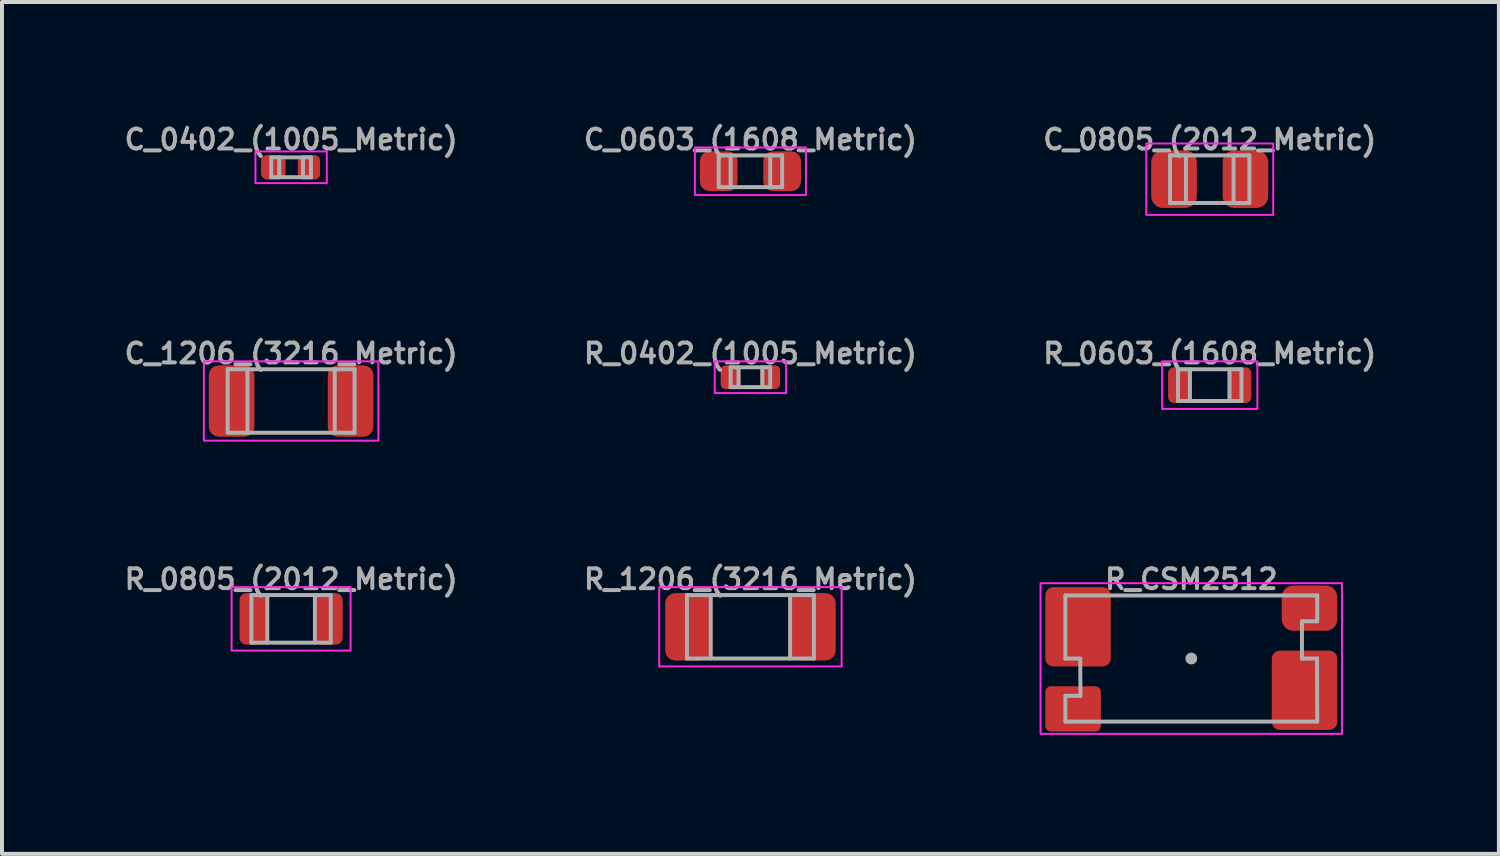
<source format=kicad_pcb>
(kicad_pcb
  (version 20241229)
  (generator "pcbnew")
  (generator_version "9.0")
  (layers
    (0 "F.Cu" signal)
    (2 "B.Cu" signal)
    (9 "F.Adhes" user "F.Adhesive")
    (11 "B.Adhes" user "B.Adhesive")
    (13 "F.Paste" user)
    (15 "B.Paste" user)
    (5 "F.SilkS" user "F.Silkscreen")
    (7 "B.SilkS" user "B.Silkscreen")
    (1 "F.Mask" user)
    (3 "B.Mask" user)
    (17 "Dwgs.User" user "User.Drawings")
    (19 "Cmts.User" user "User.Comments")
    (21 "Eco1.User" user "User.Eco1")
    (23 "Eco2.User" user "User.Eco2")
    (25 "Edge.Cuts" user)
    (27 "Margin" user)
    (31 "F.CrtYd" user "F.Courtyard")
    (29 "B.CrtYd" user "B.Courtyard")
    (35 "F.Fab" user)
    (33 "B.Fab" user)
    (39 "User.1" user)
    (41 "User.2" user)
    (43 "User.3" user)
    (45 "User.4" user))
  (footprint "R_1206_(3216_Metric)"
    (layer "F.Cu")
    (at 15.871 12.754)
    (property "Reference" "R_1206_(3216_Metric)" (at 0 -1.2 0) (layer "F.Fab") (effects (font (size 0.5 0.5) (thickness 0.1) (bold yes))))
    (attr smd)
    (fp_rect (start -2.3 -1) (end 2.3 1) (stroke (width 0.05) (type solid)) (fill no) (layer "F.CrtYd"))
    (fp_line (start -1.6 -0.8) (end 1.6 -0.8) (stroke (width 0.1) (type solid)) (layer "F.Fab"))
    (fp_line (start -1.6 0.8) (end -1.6 -0.8) (stroke (width 0.1) (type solid)) (layer "F.Fab"))
    (fp_line (start -1 0.8) (end -1 -0.8) (stroke (width 0.1) (type solid)) (layer "F.Fab"))
    (fp_line (start 1 0.8) (end 1 -0.8) (stroke (width 0.1) (type solid)) (layer "F.Fab"))
    (fp_line (start 1.6 -0.8) (end 1.6 0.8) (stroke (width 0.1) (type solid)) (layer "F.Fab"))
    (fp_line (start 1.6 0.8) (end -1.6 0.8) (stroke (width 0.1) (type solid)) (layer "F.Fab"))
    (pad "1" smd roundrect (at -1.575 0) (size 1.15 1.7) (layers "F.Cu" "F.Mask" "F.Paste") (roundrect_rratio 0.222))
    (pad "2" smd roundrect (at 1.575 0) (size 1.15 1.7) (layers "F.Cu" "F.Mask" "F.Paste") (roundrect_rratio 0.222)))
  (footprint "R_0805_(2012_Metric)"
    (layer "F.Cu")
    (at 4.29 12.554)
    (property "Reference" "R_0805_(2012_Metric)" (at 0 -1 0) (layer "F.Fab") (effects (font (size 0.5 0.5) (thickness 0.1))))
    (attr smd)
    (fp_rect (start -1.5 -0.8) (end 1.5 0.8) (stroke (width 0.05) (type solid)) (fill no) (layer "F.CrtYd"))
    (fp_line (start -1 -0.6) (end 1 -0.6) (stroke (width 0.1) (type solid)) (layer "F.Fab"))
    (fp_line (start -1 0.6) (end -1 -0.6) (stroke (width 0.1) (type solid)) (layer "F.Fab"))
    (fp_line (start -0.6 0.6) (end -0.6 -0.6) (stroke (width 0.1) (type solid)) (layer "F.Fab"))
    (fp_line (start 0.6 0.6) (end 0.6 -0.6) (stroke (width 0.1) (type solid)) (layer "F.Fab"))
    (fp_line (start 1 -0.6) (end 1 0.6) (stroke (width 0.1) (type solid)) (layer "F.Fab"))
    (fp_line (start 1 0.6) (end -1 0.6) (stroke (width 0.1) (type solid)) (layer "F.Fab"))
    (pad "1" smd roundrect (at -0.95 0) (size 0.7 1.3) (layers "F.Cu" "F.Mask" "F.Paste") (roundrect_rratio 0.244))
    (pad "2" smd roundrect (at 0.95 0) (size 0.7 1.3) (layers "F.Cu" "F.Mask" "F.Paste") (roundrect_rratio 0.244)))
  (footprint "C_0603_(1608_Metric)"
    (layer "F.Cu")
    (at 15.871 1.268)
    (property "Reference" "C_0603_(1608_Metric)" (at 0 -0.8 0) (unlocked yes) (layer "F.Fab") (effects (font (size 0.5 0.5) (thickness 0.1))))
    (attr smd)
    (fp_rect (start -1.4 0.6) (end 1.4 -0.6) (stroke (width 0.05) (type solid)) (fill no) (layer "F.CrtYd"))
    (fp_line (start -0.8 -0.4) (end 0.8 -0.4) (stroke (width 0.1) (type solid)) (layer "F.Fab"))
    (fp_line (start -0.8 0.4) (end -0.8 -0.4) (stroke (width 0.1) (type solid)) (layer "F.Fab"))
    (fp_line (start -0.5 -0.4) (end -0.5 0.4) (stroke (width 0.1) (type solid)) (layer "F.Fab"))
    (fp_line (start 0.5 -0.4) (end 0.5 0.4) (stroke (width 0.1) (type solid)) (layer "F.Fab"))
    (fp_line (start 0.8 -0.4) (end 0.8 0.4) (stroke (width 0.1) (type solid)) (layer "F.Fab"))
    (fp_line (start 0.8 0.4) (end -0.8 0.4) (stroke (width 0.1) (type solid)) (layer "F.Fab"))
    (pad "1" smd roundrect (at -0.8 0) (size 0.95 1) (layers "F.Cu" "F.Mask" "F.Paste") (roundrect_rratio 0.25))
    (pad "2" smd roundrect (at 0.8 0) (size 0.95 1) (layers "F.Cu" "F.Mask" "F.Paste") (roundrect_rratio 0.25)))
  (footprint "R_0402_(1005_Metric)"
    (layer "F.Cu")
    (at 15.871 6.461)
    (property "Reference" "R_0402_(1005_Metric)" (at 0 -0.6 0) (unlocked yes) (layer "F.Fab") (effects (font (size 0.5 0.5) (thickness 0.1))))
    (attr smd)
    (fp_rect (start -0.9 -0.4) (end 0.9 0.4) (stroke (width 0.05) (type solid)) (fill no) (layer "F.CrtYd"))
    (fp_line (start -0.5 -0.25) (end 0.5 -0.25) (stroke (width 0.1) (type solid)) (layer "F.Fab"))
    (fp_line (start -0.5 0.25) (end -0.5 -0.25) (stroke (width 0.1) (type solid)) (layer "F.Fab"))
    (fp_line (start -0.3 -0.25) (end -0.3 0.25) (stroke (width 0.1) (type solid)) (layer "F.Fab"))
    (fp_line (start 0.3 -0.25) (end 0.3 0.25) (stroke (width 0.1) (type solid)) (layer "F.Fab"))
    (fp_line (start 0.5 -0.25) (end 0.5 0.25) (stroke (width 0.1) (type solid)) (layer "F.Fab"))
    (fp_line (start 0.5 0.25) (end -0.5 0.25) (stroke (width 0.1) (type solid)) (layer "F.Fab"))
    (pad "1" smd roundrect (at -0.5 0) (size 0.5 0.6) (layers "F.Cu" "F.Mask" "F.Paste") (roundrect_rratio 0.25))
    (pad "2" smd roundrect (at 0.5 0) (size 0.5 0.6) (layers "F.Cu" "F.Mask" "F.Paste") (roundrect_rratio 0.25)))
  (footprint "C_0805_(2012_Metric)"
    (layer "F.Cu")
    (at 27.452 1.468)
    (property "Reference" "C_0805_(2012_Metric)" (at 0 -1 0) (layer "F.Fab") (effects (font (size 0.5 0.5) (thickness 0.1))))
    (attr smd)
    (fp_rect (start -1.6 -0.9) (end 1.6 0.9) (stroke (width 0.05) (type solid)) (fill no) (layer "F.CrtYd"))
    (fp_line (start -1 -0.6) (end 1 -0.6) (stroke (width 0.1) (type solid)) (layer "F.Fab"))
    (fp_line (start -1 0.6) (end -1 -0.6) (stroke (width 0.1) (type solid)) (layer "F.Fab"))
    (fp_line (start -0.6 -0.6) (end -0.6 0.6) (stroke (width 0.1) (type solid)) (layer "F.Fab"))
    (fp_line (start 0.6 -0.6) (end 0.6 0.6) (stroke (width 0.1) (type solid)) (layer "F.Fab"))
    (fp_line (start 1 -0.6) (end 1 0.6) (stroke (width 0.1) (type solid)) (layer "F.Fab"))
    (fp_line (start 1 0.6) (end -1 0.6) (stroke (width 0.1) (type solid)) (layer "F.Fab"))
    (pad "1" smd roundrect (at -0.9 0) (size 1.15 1.45) (layers "F.Cu" "F.Mask" "F.Paste") (roundrect_rratio 0.25))
    (pad "2" smd roundrect (at 0.9 0) (size 1.15 1.45) (layers "F.Cu" "F.Mask" "F.Paste") (roundrect_rratio 0.25)))
  (footprint "C_1206_(3216_Metric)"
    (layer "F.Cu")
    (at 4.29 7.061)
    (property "Reference" "C_1206_(3216_Metric)" (at 0 -1.2 0) (layer "F.Fab") (effects (font (size 0.5 0.5) (thickness 0.1))))
    (attr smd)
    (fp_rect (start -2.2 -1) (end 2.2 1) (stroke (width 0.05) (type solid)) (fill no) (layer "F.CrtYd"))
    (fp_line (start -1.6 -0.8) (end 1.6 -0.8) (stroke (width 0.1) (type solid)) (layer "F.Fab"))
    (fp_line (start -1.6 0.8) (end -1.6 -0.8) (stroke (width 0.1) (type solid)) (layer "F.Fab"))
    (fp_line (start -1.1 0.8) (end -1.1 -0.8) (stroke (width 0.1) (type solid)) (layer "F.Fab"))
    (fp_line (start 1.1 0.8) (end 1.1 -0.8) (stroke (width 0.1) (type solid)) (layer "F.Fab"))
    (fp_line (start 1.6 -0.8) (end 1.6 0.8) (stroke (width 0.1) (type solid)) (layer "F.Fab"))
    (fp_line (start 1.6 0.8) (end -1.6 0.8) (stroke (width 0.1) (type solid)) (layer "F.Fab"))
    (pad "1" smd roundrect (at -1.5 0) (size 1.15 1.8) (layers "F.Cu" "F.Mask" "F.Paste") (roundrect_rratio 0.217))
    (pad "2" smd roundrect (at 1.5 0) (size 1.15 1.8) (layers "F.Cu" "F.Mask" "F.Paste") (roundrect_rratio 0.217)))
  (footprint "R_0603_(1608_Metric)"
    (layer "F.Cu")
    (at 27.452 6.661)
    (property "Reference" "R_0603_(1608_Metric)" (at 0 -0.8 0) (unlocked yes) (layer "F.Fab") (effects (font (size 0.5 0.5) (thickness 0.1))))
    (attr smd)
    (fp_rect (start -1.2 -0.6) (end 1.2 0.6) (stroke (width 0.05) (type solid)) (fill no) (layer "F.CrtYd"))
    (fp_line (start -0.8 -0.4) (end 0.8 -0.4) (stroke (width 0.1) (type solid)) (layer "F.Fab"))
    (fp_line (start -0.8 0.4) (end -0.8 -0.4) (stroke (width 0.1) (type solid)) (layer "F.Fab"))
    (fp_line (start -0.5 -0.4) (end -0.5 0.4) (stroke (width 0.1) (type solid)) (layer "F.Fab"))
    (fp_line (start 0.5 -0.4) (end 0.5 0.4) (stroke (width 0.1) (type solid)) (layer "F.Fab"))
    (fp_line (start 0.8 -0.4) (end 0.8 0.4) (stroke (width 0.1) (type solid)) (layer "F.Fab"))
    (fp_line (start 0.8 0.4) (end -0.8 0.4) (stroke (width 0.1) (type solid)) (layer "F.Fab"))
    (pad "1" smd roundrect (at -0.75 0) (size 0.6 0.9) (layers "F.Cu" "F.Mask" "F.Paste") (roundrect_rratio 0.25))
    (pad "2" smd roundrect (at 0.75 0) (size 0.6 0.9) (layers "F.Cu" "F.Mask" "F.Paste") (roundrect_rratio 0.25)))
  (footprint "R_CSM2512"
    (layer "F.Cu")
    (at 26.987 13.554)
    (property "Reference" "R_CSM2512" (at 0 -2 0) (layer "F.Fab") (effects (font (size 0.5 0.5) (thickness 0.1))))
    (attr smd)
    (fp_rect (start -3.8 -1.9) (end 3.8 1.9) (stroke (width 0.05) (type solid)) (fill no) (layer "F.CrtYd"))
    (fp_line (start -3.175 -1.59) (end 3.175 -1.59) (stroke (width 0.1) (type solid)) (layer "F.Fab"))
    (fp_line (start -3.175 0) (end -3.175 -1.59) (stroke (width 0.1) (type solid)) (layer "F.Fab"))
    (fp_line (start -3.175 0) (end -2.8 0) (stroke (width 0.1) (type solid)) (layer "F.Fab"))
    (fp_line (start -3.175 0.94) (end -3.175 1.59) (stroke (width 0.1) (type solid)) (layer "F.Fab"))
    (fp_line (start -3.175 0.94) (end -2.795 0.94) (stroke (width 0.1) (type solid)) (layer "F.Fab"))
    (fp_line (start -2.795 0.94) (end -2.8 0) (stroke (width 0.1) (type solid)) (layer "F.Fab"))
    (fp_line (start 2.79 -0.94) (end 3.17 -0.94) (stroke (width 0.1) (type solid)) (layer "F.Fab"))
    (fp_line (start 2.79 0) (end 2.79 -0.94) (stroke (width 0.1) (type solid)) (layer "F.Fab"))
    (fp_line (start 2.79 0) (end 3.17 0) (stroke (width 0.1) (type solid)) (layer "F.Fab"))
    (fp_line (start 3.17 0) (end 3.175 1.59) (stroke (width 0.1) (type solid)) (layer "F.Fab"))
    (fp_line (start 3.175 -0.94) (end 3.175 -1.59) (stroke (width 0.1) (type solid)) (layer "F.Fab"))
    (fp_line (start 3.175 1.59) (end -3.175 1.59) (stroke (width 0.1) (type solid)) (layer "F.Fab"))
    (fp_circle (center 0 0) (end 0.075 0) (stroke (width 0.15) (type solid)) (fill no) (layer "F.Fab"))
    (pad "1" smd roundrect (at -2.855 -0.8) (size 1.65 2) (layers "F.Cu" "F.Mask" "F.Paste") (roundrect_rratio 0.12))
    (pad "2" smd roundrect (at -2.98 1.27) (size 1.4 1.14) (layers "F.Cu" "F.Mask" "F.Paste") (roundrect_rratio 0.12))
    (pad "3" smd roundrect (at 2.98 -1.27) (size 1.4 1.14) (layers "F.Cu" "F.Mask" "F.Paste") (roundrect_rratio 0.25))
    (pad "4" smd roundrect (at 2.855 0.8) (size 1.65 2) (layers "F.Cu" "F.Mask" "F.Paste") (roundrect_rratio 0.12)))
  (footprint "C_0402_(1005_Metric)"
    (layer "F.Cu")
    (at 4.29 1.168)
    (property "Reference" "C_0402_(1005_Metric)" (at 0 -0.7 0) (unlocked yes) (layer "F.Fab") (effects (font (size 0.5 0.5) (thickness 0.1))))
    (attr smd)
    (fp_rect (start -0.9 0.4) (end 0.9 -0.4) (stroke (width 0.05) (type solid)) (fill no) (layer "F.CrtYd"))
    (fp_line (start -0.5 -0.25) (end 0.5 -0.25) (stroke (width 0.1) (type solid)) (layer "F.Fab"))
    (fp_line (start -0.5 0.25) (end -0.5 -0.25) (stroke (width 0.1) (type solid)) (layer "F.Fab"))
    (fp_line (start -0.3 -0.25) (end -0.3 0.25) (stroke (width 0.1) (type solid)) (layer "F.Fab"))
    (fp_line (start 0.3 -0.25) (end 0.3 0.25) (stroke (width 0.1) (type solid)) (layer "F.Fab"))
    (fp_line (start 0.5 -0.25) (end 0.5 0.25) (stroke (width 0.1) (type solid)) (layer "F.Fab"))
    (fp_line (start 0.5 0.25) (end -0.5 0.25) (stroke (width 0.1) (type solid)) (layer "F.Fab"))
    (pad "1" smd roundrect (at -0.45 0) (size 0.62 0.62) (layers "F.Cu" "F.Mask" "F.Paste") (roundrect_rratio 0.25))
    (pad "2" smd roundrect (at 0.45 0) (size 0.56 0.62) (layers "F.Cu" "F.Mask" "F.Paste") (roundrect_rratio 0.25)))
  (gr_rect
    (start -3 -3)
    (end 34.743 18.479)
    (stroke (width 0.1) (type default))
    (fill no)
    (layer "Edge.Cuts")))
</source>
